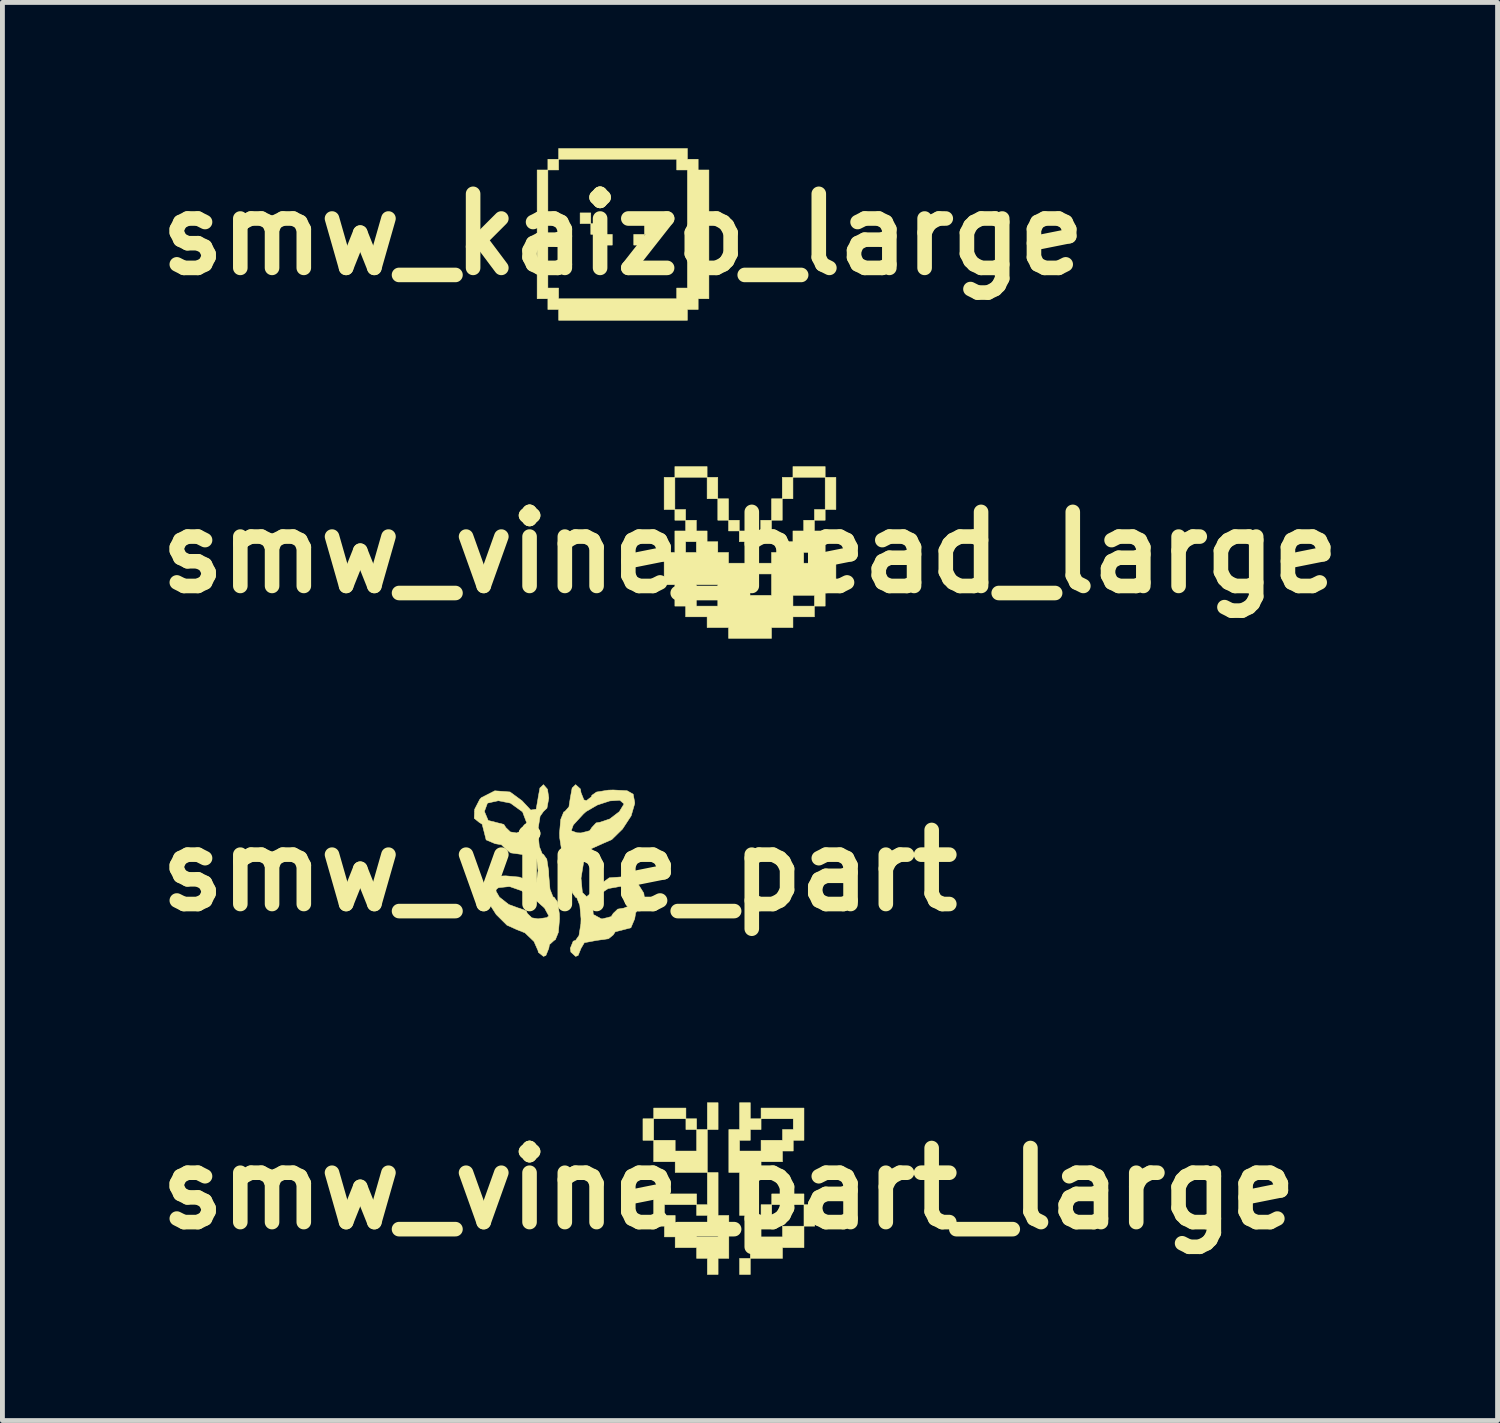
<source format=kicad_pcb>
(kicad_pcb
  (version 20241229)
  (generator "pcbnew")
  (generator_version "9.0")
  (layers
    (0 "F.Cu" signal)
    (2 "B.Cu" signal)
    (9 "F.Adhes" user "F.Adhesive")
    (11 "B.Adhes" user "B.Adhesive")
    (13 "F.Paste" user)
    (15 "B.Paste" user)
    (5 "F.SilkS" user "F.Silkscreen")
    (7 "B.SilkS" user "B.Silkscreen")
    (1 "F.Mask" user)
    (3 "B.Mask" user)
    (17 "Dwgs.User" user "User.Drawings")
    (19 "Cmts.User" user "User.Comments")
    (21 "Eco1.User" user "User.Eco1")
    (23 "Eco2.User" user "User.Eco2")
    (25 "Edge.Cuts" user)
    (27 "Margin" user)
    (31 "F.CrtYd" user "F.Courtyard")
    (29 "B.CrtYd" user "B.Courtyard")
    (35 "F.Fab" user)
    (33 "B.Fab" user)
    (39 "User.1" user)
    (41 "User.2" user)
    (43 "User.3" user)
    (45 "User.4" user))
  (footprint "smw_kaizo_large"
    (layer "F.Cu")
    (at 9.768 1.772)
    (property "Reference" "smw_kaizo_large" (at 0 0 0) (layer "F.SilkS") (effects (font (size 1.524 1.524) (thickness 0.3))))
    (attr through_hole)
    (fp_poly (pts (xy -0.883 -0.221) (xy -0.883 -0.442) (xy -0.663 -0.442) (xy -0.663 -0.221) (xy -0.883 -0.221)) (stroke (width 0.01) (type solid)) (fill yes) (layer "F.SilkS"))
    (fp_poly (pts (xy -0.663 0) (xy -0.663 -0.221) (xy -0.442 -0.221) (xy -0.442 0) (xy -0.663 0)) (stroke (width 0.01) (type solid)) (fill yes) (layer "F.SilkS"))
    (fp_poly (pts (xy -0.221 0) (xy -0.221 0.221) (xy -0.442 0.221) (xy -0.442 0) (xy -0.221 0)) (stroke (width 0.01) (type solid)) (fill yes) (layer "F.SilkS"))
    (fp_poly (pts (xy 0.442 -0.221) (xy 0.663 -0.221) (xy 0.663 0) (xy 0.442 0) (xy 0.442 -0.221)) (stroke (width 0.01) (type solid)) (fill yes) (layer "F.SilkS"))
    (fp_poly (pts (xy 0.442 0.221) (xy 0.221 0.221) (xy 0.221 0) (xy 0.442 0) (xy 0.442 0.221)) (stroke (width 0.01) (type solid)) (fill yes) (layer "F.SilkS"))
    (fp_poly (pts (xy 0.663 -0.442) (xy 0.883 -0.442) (xy 0.883 -0.221) (xy 0.663 -0.221) (xy 0.663 -0.442)) (stroke (width 0.01) (type solid)) (fill yes) (layer "F.SilkS"))
    (fp_poly (pts (xy 1.325 -1.546) (xy 1.546 -1.546) (xy 1.546 -1.325) (xy 1.767 -1.325) (xy 1.767 1.325) (xy 1.546 1.325) (xy 1.546 1.546) (xy 1.325 1.546) (xy 1.325 1.767) (xy -1.325 1.767) (xy -1.325 1.546) (xy -1.546 1.546) (xy -1.546 1.325) (xy -1.767 1.325) (xy -1.767 -1.325) (xy -1.546 -1.325) (xy -1.546 1.104) (xy -1.325 1.104) (xy -1.325 1.325) (xy 1.104 1.325) (xy 1.104 1.104) (xy 1.325 1.104) (xy 1.325 -1.325) (xy 1.104 -1.325) (xy 1.104 -1.546) (xy -1.325 -1.546) (xy -1.325 -1.325) (xy -1.546 -1.325) (xy -1.546 -1.546) (xy -1.325 -1.546) (xy -1.325 -1.767) (xy 1.325 -1.767) (xy 1.325 -1.546)) (stroke (width 0.01) (type solid)) (fill yes) (layer "F.SilkS")))
  (footprint "smw_vine_part"
    (layer "F.Cu")
    (at 8.462 14.86)
    (property "Reference" "smw_vine_part" (at 0 0 0) (layer "F.SilkS") (effects (font (size 1.524 1.524) (thickness 0.3))))
    (attr through_hole)
    (fp_poly (pts (xy 0.429 -1.678) (xy 0.442 -1.601) (xy 0.501 -1.454) (xy 0.552 -1.436) (xy 0.659 -1.52) (xy 0.663 -1.546) (xy 0.761 -1.615) (xy 1.005 -1.654) (xy 1.104 -1.657) (xy 1.389 -1.642) (xy 1.515 -1.571) (xy 1.546 -1.404) (xy 1.546 -1.375) (xy 1.473 -1.125) (xy 1.295 -0.853) (xy 1.075 -0.637) (xy 0.881 -0.552) (xy 0.658 -0.452) (xy 0.499 -0.192) (xy 0.442 0.158) (xy 0.47 0.453) (xy 0.557 0.538) (xy 0.709 0.414) (xy 0.773 0.331) (xy 1.023 0.15) (xy 1.336 0.127) (xy 1.609 0.268) (xy 1.733 0.465) (xy 1.761 0.661) (xy 1.685 0.769) (xy 1.657 0.773) (xy 1.567 0.866) (xy 1.546 0.994) (xy 1.468 1.178) (xy 1.325 1.215) (xy 1.146 1.261) (xy 1.104 1.325) (xy 1.008 1.403) (xy 0.777 1.436) (xy 0.773 1.436) (xy 0.51 1.485) (xy 0.442 1.601) (xy 0.382 1.748) (xy 0.331 1.767) (xy 0.233 1.678) (xy 0.221 1.601) (xy 0.281 1.454) (xy 0.331 1.436) (xy 0.4 1.338) (xy 0.439 1.093) (xy 0.442 0.994) (xy 0.417 0.717) (xy 0.416 0.715) (xy 0.679 0.715) (xy 0.694 0.904) (xy 0.858 0.993) (xy 0.883 0.994) (xy 1.063 0.948) (xy 1.104 0.883) (xy 1.197 0.794) (xy 1.325 0.773) (xy 1.51 0.695) (xy 1.546 0.552) (xy 1.459 0.389) (xy 1.251 0.326) (xy 0.999 0.372) (xy 0.82 0.489) (xy 0.679 0.715) (xy 0.416 0.715) (xy 0.356 0.563) (xy 0.331 0.552) (xy 0.262 0.454) (xy 0.224 0.209) (xy 0.221 0.11) (xy 0.196 -0.166) (xy 0.135 -0.32) (xy 0.11 -0.331) (xy 0.041 -0.429) (xy 0.003 -0.674) (xy 0 -0.773) (xy 0.004 -0.818) (xy 0.24 -0.818) (xy 0.359 -0.776) (xy 0.442 -0.773) (xy 0.621 -0.819) (xy 0.663 -0.883) (xy 0.753 -0.98) (xy 0.836 -0.994) (xy 1.034 -1.061) (xy 1.23 -1.211) (xy 1.325 -1.366) (xy 1.325 -1.373) (xy 1.24 -1.446) (xy 1.034 -1.432) (xy 0.778 -1.348) (xy 0.546 -1.213) (xy 0.492 -1.165) (xy 0.283 -0.937) (xy 0.24 -0.818) (xy 0.004 -0.818) (xy 0.024 -1.05) (xy 0.086 -1.204) (xy 0.11 -1.215) (xy 0.193 -1.309) (xy 0.221 -1.491) (xy 0.259 -1.698) (xy 0.331 -1.767) (xy 0.429 -1.678)) (stroke (width 0.01) (type solid)) (fill yes) (layer "F.SilkS"))
    (fp_poly (pts (xy -0.248 -1.672) (xy -0.221 -1.491) (xy -0.259 -1.283) (xy -0.331 -1.215) (xy -0.4 -1.117) (xy -0.439 -0.872) (xy -0.442 -0.773) (xy -0.417 -0.496) (xy -0.356 -0.343) (xy -0.331 -0.331) (xy -0.262 -0.233) (xy -0.224 0.011) (xy -0.221 0.11) (xy -0.196 0.387) (xy -0.135 0.541) (xy -0.11 0.552) (xy -0.041 0.65) (xy -0.003 0.895) (xy 0 0.994) (xy -0.024 1.271) (xy -0.086 1.424) (xy -0.11 1.436) (xy -0.208 1.525) (xy -0.221 1.601) (xy -0.281 1.748) (xy -0.331 1.767) (xy -0.437 1.682) (xy -0.442 1.649) (xy -0.526 1.46) (xy -0.712 1.282) (xy -0.881 1.215) (xy -1.083 1.124) (xy -1.303 0.905) (xy -1.478 0.632) (xy -1.545 0.394) (xy -1.325 0.394) (xy -1.238 0.547) (xy -1.045 0.699) (xy -0.845 0.773) (xy -0.836 0.773) (xy -0.684 0.83) (xy -0.663 0.883) (xy -0.57 0.973) (xy -0.442 0.994) (xy -0.262 0.969) (xy -0.221 0.934) (xy -0.309 0.772) (xy -0.524 0.579) (xy -0.786 0.414) (xy -1.018 0.333) (xy -1.044 0.331) (xy -1.254 0.353) (xy -1.325 0.394) (xy -1.545 0.394) (xy -1.546 0.392) (xy -1.523 0.211) (xy -1.411 0.13) (xy -1.149 0.111) (xy -1.104 0.11) (xy -0.828 0.135) (xy -0.674 0.196) (xy -0.663 0.221) (xy -0.579 0.328) (xy -0.552 0.331) (xy -0.475 0.235) (xy -0.442 0.004) (xy -0.442 0) (xy -0.469 -0.235) (xy -0.598 -0.321) (xy -0.773 -0.331) (xy -1.006 -0.363) (xy -1.104 -0.44) (xy -1.104 -0.442) (xy -1.197 -0.531) (xy -1.325 -0.552) (xy -1.51 -0.63) (xy -1.546 -0.773) (xy -1.592 -0.952) (xy -1.657 -0.994) (xy -1.755 -1.074) (xy -1.749 -1.215) (xy -1.546 -1.215) (xy -1.468 -1.03) (xy -1.325 -0.994) (xy -1.146 -0.948) (xy -1.104 -0.883) (xy -1.012 -0.794) (xy -0.883 -0.773) (xy -0.701 -0.846) (xy -0.663 -0.947) (xy -0.761 -1.207) (xy -1.011 -1.387) (xy -1.262 -1.436) (xy -1.483 -1.387) (xy -1.546 -1.216) (xy -1.546 -1.215) (xy -1.749 -1.215) (xy -1.747 -1.259) (xy -1.642 -1.463) (xy -1.609 -1.499) (xy -1.332 -1.64) (xy -1.019 -1.616) (xy -0.773 -1.436) (xy -0.593 -1.244) (xy -0.481 -1.261) (xy -0.442 -1.486) (xy -0.442 -1.491) (xy -0.404 -1.698) (xy -0.331 -1.767) (xy -0.248 -1.672)) (stroke (width 0.01) (type solid)) (fill yes) (layer "F.SilkS")))
  (footprint "smw_vine_head_large"
    (layer "F.Cu")
    (at 12.381 8.316)
    (property "Reference" "smw_vine_head_large" (at 0 0 0) (layer "F.SilkS") (effects (font (size 1.524 1.524) (thickness 0.3))))
    (attr through_hole)
    (fp_poly (pts (xy -1.767 -0.883) (xy -1.767 -1.546) (xy -1.546 -1.546) (xy -1.546 -0.883) (xy -1.767 -0.883)) (stroke (width 0.01) (type solid)) (fill yes) (layer "F.SilkS"))
    (fp_poly (pts (xy -1.546 -1.767) (xy -0.883 -1.767) (xy -0.883 -1.546) (xy -1.546 -1.546) (xy -1.546 -1.767)) (stroke (width 0.01) (type solid)) (fill yes) (layer "F.SilkS"))
    (fp_poly (pts (xy -1.546 -0.663) (xy -1.546 -0.883) (xy -1.325 -0.883) (xy -1.325 -0.663) (xy -1.546 -0.663)) (stroke (width 0.01) (type solid)) (fill yes) (layer "F.SilkS"))
    (fp_poly (pts (xy -0.883 -1.104) (xy -0.883 -1.546) (xy -0.663 -1.546) (xy -0.663 -1.104) (xy -0.883 -1.104)) (stroke (width 0.01) (type solid)) (fill yes) (layer "F.SilkS"))
    (fp_poly (pts (xy -0.442 -1.104) (xy -0.442 -0.663) (xy -0.663 -0.663) (xy -0.663 -1.104) (xy -0.442 -1.104)) (stroke (width 0.01) (type solid)) (fill yes) (layer "F.SilkS"))
    (fp_poly (pts (xy -0.221 -0.663) (xy -0.221 -0.442) (xy -0.442 -0.442) (xy -0.442 -0.663) (xy -0.221 -0.663)) (stroke (width 0.01) (type solid)) (fill yes) (layer "F.SilkS"))
    (fp_poly (pts (xy 0.221 -0.663) (xy 0.442 -0.663) (xy 0.442 -0.442) (xy 0.221 -0.442) (xy 0.221 -0.663)) (stroke (width 0.01) (type solid)) (fill yes) (layer "F.SilkS"))
    (fp_poly (pts (xy 0.221 -0.442) (xy 0.221 -0.221) (xy -0.221 -0.221) (xy -0.221 -0.442) (xy 0.221 -0.442)) (stroke (width 0.01) (type solid)) (fill yes) (layer "F.SilkS"))
    (fp_poly (pts (xy 0.442 -1.104) (xy 0.663 -1.104) (xy 0.663 -0.663) (xy 0.442 -0.663) (xy 0.442 -1.104)) (stroke (width 0.01) (type solid)) (fill yes) (layer "F.SilkS"))
    (fp_poly (pts (xy 0.663 -1.546) (xy 0.883 -1.546) (xy 0.883 -1.104) (xy 0.663 -1.104) (xy 0.663 -1.546)) (stroke (width 0.01) (type solid)) (fill yes) (layer "F.SilkS"))
    (fp_poly (pts (xy 0.883 -1.767) (xy 1.546 -1.767) (xy 1.546 -1.546) (xy 0.883 -1.546) (xy 0.883 -1.767)) (stroke (width 0.01) (type solid)) (fill yes) (layer "F.SilkS"))
    (fp_poly (pts (xy 1.546 -1.546) (xy 1.767 -1.546) (xy 1.767 -0.883) (xy 1.546 -0.883) (xy 1.546 -1.546)) (stroke (width 0.01) (type solid)) (fill yes) (layer "F.SilkS"))
    (fp_poly (pts (xy 1.546 -0.663) (xy 1.325 -0.663) (xy 1.325 -0.883) (xy 1.546 -0.883) (xy 1.546 -0.663)) (stroke (width 0.01) (type solid)) (fill yes) (layer "F.SilkS"))
    (fp_poly (pts (xy 1.325 -0.442) (xy 1.546 -0.442) (xy 1.546 0) (xy 1.767 0) (xy 1.767 0.663) (xy 1.546 0.663) (xy 1.546 1.104) (xy 1.325 1.104) (xy 1.325 1.325) (xy 0.883 1.325) (xy 0.883 1.546) (xy 0.442 1.546) (xy 0.442 1.767) (xy -0.442 1.767) (xy -0.442 1.546) (xy -0.883 1.546) (xy -0.883 1.325) (xy -1.325 1.325) (xy -1.325 1.104) (xy -1.546 1.104) (xy -1.546 0.663) (xy -1.104 0.663) (xy -1.104 1.104) (xy -0.663 1.104) (xy -0.663 0.663) (xy -1.104 0.663) (xy -1.546 0.663) (xy -1.767 0.663) (xy -1.767 0.442) (xy 0 0.442) (xy 0 0.883) (xy 0.442 0.883) (xy 0.883 0.883) (xy 0.883 1.104) (xy 1.325 1.104) (xy 1.325 0.883) (xy 0.883 0.883) (xy 0.442 0.883) (xy 0.442 0.442) (xy 0 0.442) (xy -1.767 0.442) (xy -1.767 0) (xy -1.546 0) (xy -1.546 -0.221) (xy -1.325 -0.221) (xy -1.325 0) (xy -1.104 0) (xy -1.104 -0.221) (xy -1.325 -0.221) (xy -1.546 -0.221) (xy -1.546 -0.442) (xy -1.325 -0.442) (xy -1.325 -0.663) (xy -1.104 -0.663) (xy -1.104 -0.442) (xy -0.883 -0.442) (xy -0.883 -0.221) (xy -0.663 -0.221) (xy -0.663 0) (xy -0.442 0) (xy -0.442 0.221) (xy 0.442 0.221) (xy 0.442 0) (xy 0.663 0) (xy 1.104 0) (xy 1.104 0.221) (xy 1.325 0.221) (xy 1.325 0) (xy 1.104 0) (xy 0.663 0) (xy 0.663 -0.221) (xy 0.883 -0.221) (xy 0.883 -0.442) (xy 1.104 -0.442) (xy 1.104 -0.663) (xy 1.325 -0.663) (xy 1.325 -0.442)) (stroke (width 0.01) (type solid)) (fill yes) (layer "F.SilkS")))
  (footprint "smw_vine_part_large"
    (layer "F.Cu")
    (at 11.945 21.404)
    (property "Reference" "smw_vine_part_large" (at 0 0 0) (layer "F.SilkS") (effects (font (size 1.524 1.524) (thickness 0.3))))
    (attr through_hole)
    (fp_poly (pts (xy -1.546 -1.657) (xy -0.883 -1.657) (xy -0.883 -1.436) (xy -1.546 -1.436) (xy -1.546 -1.657)) (stroke (width 0.01) (type solid)) (fill yes) (layer "F.SilkS"))
    (fp_poly (pts (xy -1.546 -0.994) (xy -1.767 -0.994) (xy -1.767 -1.436) (xy -1.546 -1.436) (xy -1.546 -0.994)) (stroke (width 0.01) (type solid)) (fill yes) (layer "F.SilkS"))
    (fp_poly (pts (xy -0.883 -1.215) (xy -0.883 -1.436) (xy -0.663 -1.436) (xy -0.663 -1.215) (xy -0.883 -1.215)) (stroke (width 0.01) (type solid)) (fill yes) (layer "F.SilkS"))
    (fp_poly (pts (xy -0.442 -1.767) (xy -0.221 -1.767) (xy -0.221 -1.215) (xy -0.442 -1.215) (xy -0.442 -1.767)) (stroke (width 0.01) (type solid)) (fill yes) (layer "F.SilkS"))
    (fp_poly (pts (xy 0.442 1.767) (xy 0.221 1.767) (xy 0.221 1.436) (xy 0.442 1.436) (xy 0.442 1.767)) (stroke (width 0.01) (type solid)) (fill yes) (layer "F.SilkS"))
    (fp_poly (pts (xy 0.883 0.11) (xy 1.546 0.11) (xy 1.546 0.331) (xy 0.883 0.331) (xy 0.883 0.11)) (stroke (width 0.01) (type solid)) (fill yes) (layer "F.SilkS"))
    (fp_poly (pts (xy 0.883 0.552) (xy 0.663 0.552) (xy 0.663 0.331) (xy 0.883 0.331) (xy 0.883 0.552)) (stroke (width 0.01) (type solid)) (fill yes) (layer "F.SilkS"))
    (fp_poly (pts (xy 1.546 0.331) (xy 1.767 0.331) (xy 1.767 0.773) (xy 1.546 0.773) (xy 1.546 0.331)) (stroke (width 0.01) (type solid)) (fill yes) (layer "F.SilkS"))
    (fp_poly (pts (xy -1.104 -0.331) (xy -1.104 -0.552) (xy -1.546 -0.552) (xy -1.546 -0.994) (xy -1.104 -0.994) (xy -1.104 -0.773) (xy -0.663 -0.773) (xy -0.663 -1.215) (xy -0.442 -1.215) (xy -0.442 -0.331) (xy -1.104 -0.331)) (stroke (width 0.01) (type solid)) (fill yes) (layer "F.SilkS"))
    (fp_poly (pts (xy 0.663 0.994) (xy 1.104 0.994) (xy 1.104 0.773) (xy 1.546 0.773) (xy 1.546 1.215) (xy 1.104 1.215) (xy 1.104 1.436) (xy 0.442 1.436) (xy 0.442 0.552) (xy 0.663 0.552) (xy 0.663 0.994)) (stroke (width 0.01) (type solid)) (fill yes) (layer "F.SilkS"))
    (fp_poly (pts (xy -0.221 -0.331) (xy -0.221 0.552) (xy 0 0.552) (xy 0 1.436) (xy -0.221 1.436) (xy -0.221 1.767) (xy -0.442 1.767) (xy -0.442 1.436) (xy -0.663 1.436) (xy -0.663 1.215) (xy -1.104 1.215) (xy -1.104 0.994) (xy -1.325 0.994) (xy -1.325 0.773) (xy -1.546 0.773) (xy -1.546 0.331) (xy -1.325 0.331) (xy -1.325 0.552) (xy -1.104 0.552) (xy -1.104 0.773) (xy -0.663 0.773) (xy -0.663 0.994) (xy -0.221 0.994) (xy -0.221 0.773) (xy -0.442 0.773) (xy -0.442 0.552) (xy -0.663 0.552) (xy -0.663 0.331) (xy -1.325 0.331) (xy -1.546 0.331) (xy -1.546 0.11) (xy -0.663 0.11) (xy -0.663 0.331) (xy -0.442 0.331) (xy -0.442 -0.331) (xy -0.221 -0.331)) (stroke (width 0.01) (type solid)) (fill yes) (layer "F.SilkS"))
    (fp_poly (pts (xy 0.221 0.552) (xy 0.221 -0.331) (xy 0 -0.331) (xy 0 -0.994) (xy 0.221 -0.994) (xy 0.221 -0.773) (xy 0.663 -0.773) (xy 0.663 -0.994) (xy 1.104 -0.994) (xy 1.104 -1.215) (xy 1.325 -1.215) (xy 1.325 -1.436) (xy 0.663 -1.436) (xy 0.663 -1.215) (xy 0.442 -1.215) (xy 0.442 -0.994) (xy 0.221 -0.994) (xy 0 -0.994) (xy 0 -1.215) (xy 0.221 -1.215) (xy 0.221 -1.767) (xy 0.442 -1.767) (xy 0.442 -1.436) (xy 0.663 -1.436) (xy 0.663 -1.657) (xy 1.546 -1.657) (xy 1.546 -0.994) (xy 1.325 -0.994) (xy 1.325 -0.773) (xy 1.104 -0.773) (xy 1.104 -0.552) (xy 0.663 -0.552) (xy 0.663 -0.331) (xy 0.442 -0.331) (xy 0.442 0.552) (xy 0.221 0.552)) (stroke (width 0.01) (type solid)) (fill yes) (layer "F.SilkS")))
  (gr_rect
    (start -3 -3)
    (end 27.761 26.176)
    (stroke (width 0.1) (type default))
    (fill no)
    (layer "Edge.Cuts")))
</source>
